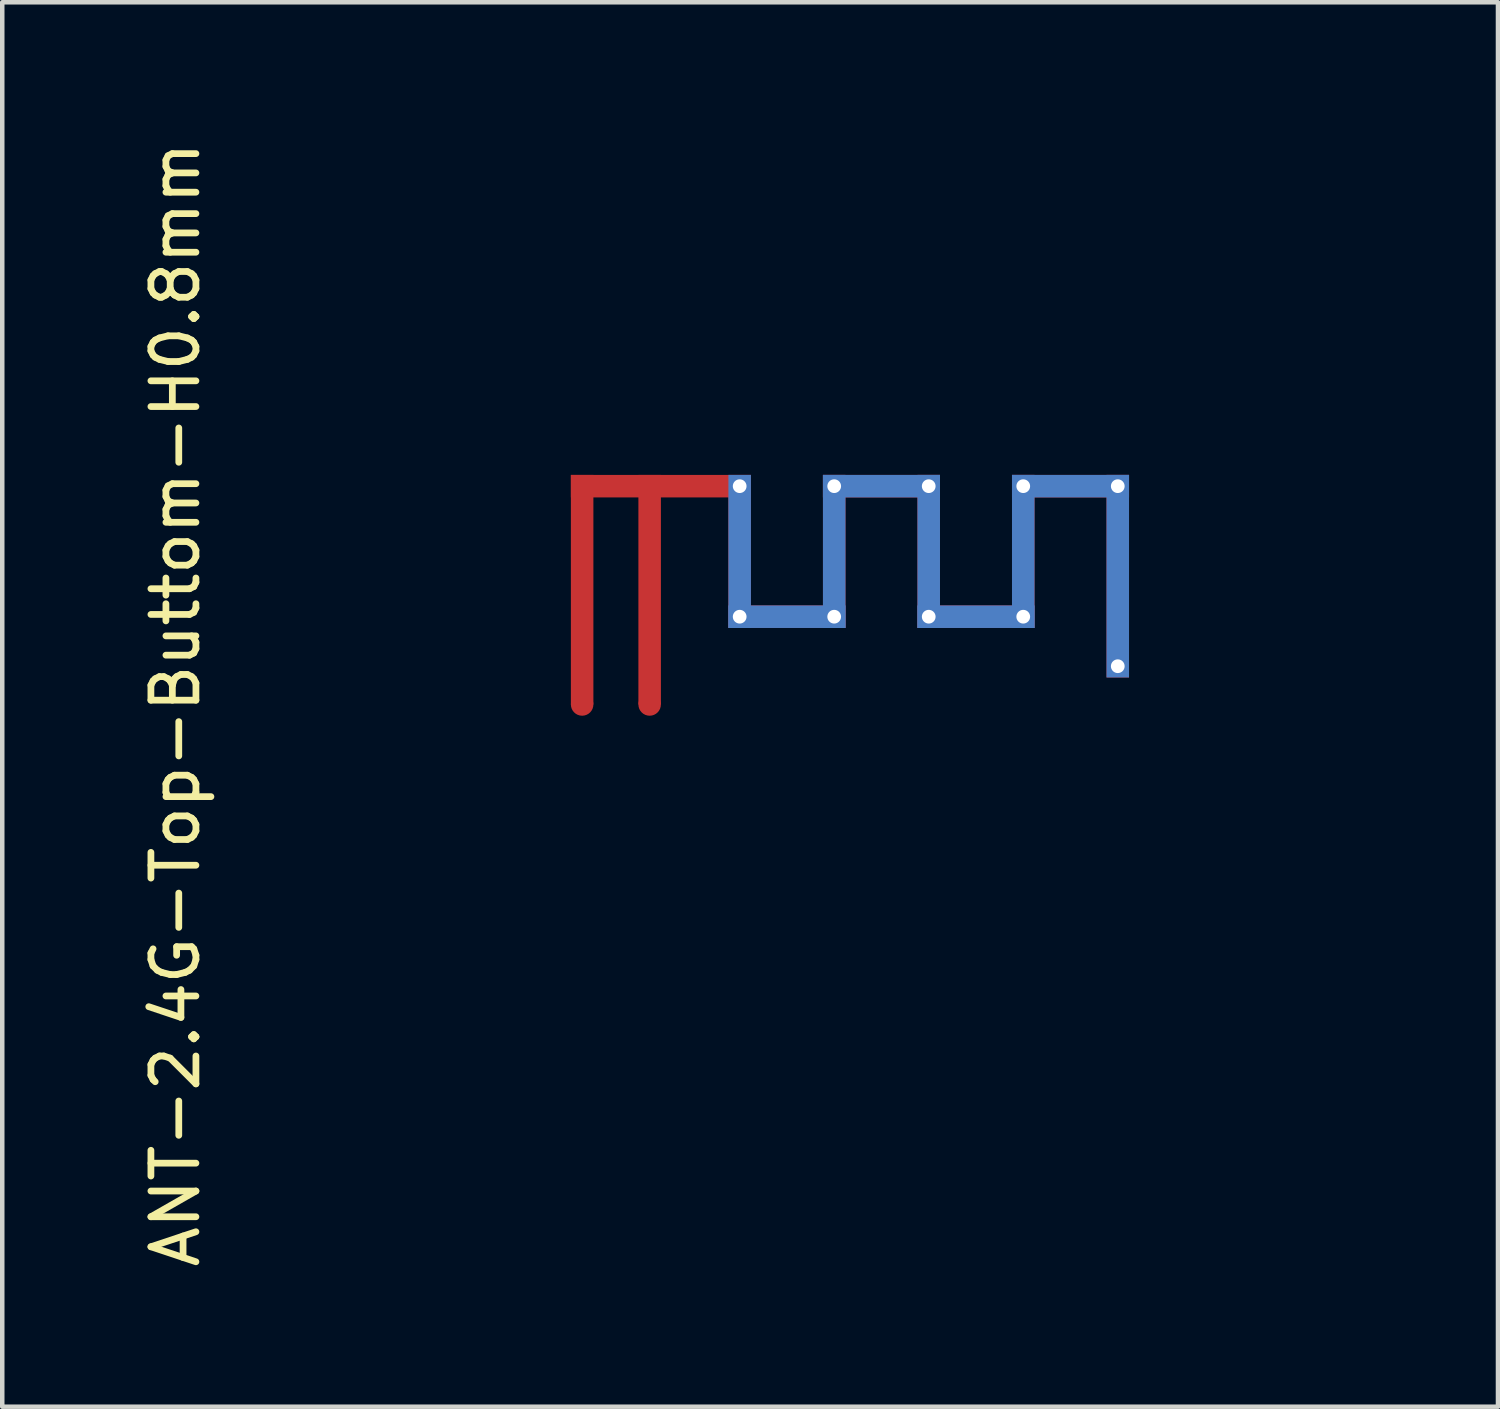
<source format=kicad_pcb>
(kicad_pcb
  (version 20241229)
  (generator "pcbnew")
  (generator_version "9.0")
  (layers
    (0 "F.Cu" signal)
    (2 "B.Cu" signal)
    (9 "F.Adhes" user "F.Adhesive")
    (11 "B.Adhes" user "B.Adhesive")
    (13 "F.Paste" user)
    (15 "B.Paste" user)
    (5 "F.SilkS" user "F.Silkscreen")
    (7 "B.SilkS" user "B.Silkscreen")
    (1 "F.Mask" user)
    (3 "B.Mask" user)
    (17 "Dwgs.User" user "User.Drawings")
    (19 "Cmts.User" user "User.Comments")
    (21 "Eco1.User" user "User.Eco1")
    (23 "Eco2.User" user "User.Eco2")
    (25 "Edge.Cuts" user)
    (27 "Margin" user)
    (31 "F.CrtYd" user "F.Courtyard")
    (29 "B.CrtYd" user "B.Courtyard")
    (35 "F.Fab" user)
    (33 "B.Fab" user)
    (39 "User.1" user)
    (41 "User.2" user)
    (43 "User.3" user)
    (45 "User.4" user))
  (footprint "ANT-2.4G-Top-Buttom-H0.8mm"
    (layer "F.Cu")
    (at 9.633 12.601)
    (property "Reference" "ANT-2.4G-Top-Buttom-H0.8mm" (at -8.785 0 90) (layer "F.SilkS") (effects (font (size 1 1) (thickness 0.15))))
    (attr smd)
    (dimension (type orthogonal) (layer "User.2") (pts (xy 19.433 7.501) (xy 19.933 10.901)) (height 4.67) (orientation 1) (format (prefix "") (suffix "") (units 3) (units_format 0) (precision 4) (suppress_zeroes yes)) (style (thickness 0.1) (arrow_length 1.27) (text_position_mode 0) (arrow_direction outward) (extension_height 0.586) (extension_offset 0.5) (keep_text_aligned yes)) (gr_text "3.4" (at 23.003 9.201 90) (layer "User.2") (effects (font (size 1 1) (thickness 0.1)))))
    (dimension (type orthogonal) (layer "User.2") (pts (xy 9.633 12.601) (xy 10.133 7.501)) (height -2.08) (orientation 1) (format (prefix "") (suffix "") (units 3) (units_format 0) (precision 4) (suppress_zeroes yes)) (style (thickness 0.1) (arrow_length 1.27) (text_position_mode 0) (arrow_direction outward) (extension_height 0.586) (extension_offset 0.5) (keep_text_aligned yes)) (gr_text "5.1" (at 6.453 10.051 90) (layer "User.2") (effects (font (size 1 1) (thickness 0.1)))))
    (dimension (type orthogonal) (layer "User.2") (pts (xy 9.633 7.501) (xy 13.633 7.501)) (height -4.89) (orientation 0) (format (prefix "") (suffix "") (units 3) (units_format 0) (precision 4) (suppress_zeroes yes)) (style (thickness 0.1) (arrow_length 1.27) (text_position_mode 0) (arrow_direction outward) (extension_height 0.586) (extension_offset 0.5) (keep_text_aligned yes)) (gr_text "4" (at 11.633 1.511 0) (layer "User.2") (effects (font (size 1 1) (thickness 0.1)))))
    (dimension (type orthogonal) (layer "User.2") (pts (xy 21.533 12.001) (xy 22.033 12.001)) (height 1.98) (orientation 0) (format (prefix "") (suffix "") (units 3) (units_format 0) (precision 4) (suppress_zeroes yes)) (style (thickness 0.1) (arrow_length 1.27) (text_position_mode 0) (arrow_direction inward) (extension_height 0.586) (extension_offset 0.5) (keep_text_aligned yes)) (gr_text "0.5" (at 21.783 12.881 0) (layer "User.2") (effects (font (size 1 1) (thickness 0.1)))))
    (dimension (type orthogonal) (layer "User.2") (pts (xy 19.433 7.501) (xy 22.033 7.501)) (height -1.54) (orientation 0) (format (prefix "") (suffix "") (units 3) (units_format 0) (precision 4) (suppress_zeroes yes)) (style (thickness 0.1) (arrow_length 1.27) (text_position_mode 0) (arrow_direction outward) (extension_height 0.586) (extension_offset 0.5) (keep_text_aligned yes)) (gr_text "2.6" (at 20.733 4.861 0) (layer "User.2") (effects (font (size 1 1) (thickness 0.1)))))
    (dimension (type orthogonal) (layer "User.2") (pts (xy 11.633 8.001) (xy 13.133 8.001)) (height -1.62) (orientation 0) (format (prefix "") (suffix "") (units 3) (units_format 0) (precision 4) (suppress_zeroes yes)) (style (thickness 0.1) (arrow_length 1.27) (text_position_mode 0) (arrow_direction outward) (extension_height 0.586) (extension_offset 0.5) (keep_text_aligned yes)) (gr_text "1.5" (at 12.383 5.281 0) (layer "User.2") (effects (font (size 1 1) (thickness 0.1)))))
    (dimension (type orthogonal) (layer "User.2") (pts (xy 10.133 8.001) (xy 11.133 8.001)) (height -1.53) (orientation 0) (format (prefix "") (suffix "") (units 3) (units_format 0) (precision 4) (suppress_zeroes yes)) (style (thickness 0.1) (arrow_length 1.27) (text_position_mode 0) (arrow_direction outward) (extension_height 0.586) (extension_offset 0.5) (keep_text_aligned yes)) (gr_text "1" (at 10.633 5.371 0) (layer "User.2") (effects (font (size 1 1) (thickness 0.1)))))
    (dimension (type orthogonal) (layer "User.2") (pts (xy 19.433 7.501) (xy 22.033 12.001)) (height 7.16) (orientation 1) (format (prefix "") (suffix "") (units 3) (units_format 0) (precision 4) (suppress_zeroes yes)) (style (thickness 0.1) (arrow_length 1.27) (text_position_mode 0) (arrow_direction outward) (extension_height 0.586) (extension_offset 0.5) (keep_text_aligned yes)) (gr_text "4.5" (at 25.493 9.751 90) (layer "User.2") (effects (font (size 1 1) (thickness 0.1)))))
    (pad "1" smd circle (at 1.75 0) (size 0.5 0.5) (property pad_prop_heatsink) (layers "F.Cu"))
    (pad "2" smd circle (at 0.25 0) (size 0.5 0.5) (property pad_prop_heatsink) (layers "F.Cu"))
    (pad "3" smd rect (at 0.25 -2.55) (size 0.5 5.1) (layers "F.Cu"))
    (pad "3" smd rect (at 1.75 -2.55) (size 0.5 5.1) (layers "F.Cu"))
    (pad "3" smd rect (at 2 -4.85) (size 4 0.5) (layers "F.Cu"))
    (pad "3" thru_hole circle (at 3.75 -4.85) (size 0.457 0.457) (drill 0.305) (property pad_prop_heatsink) (layers "*.Cu") (remove_unused_layers yes) (keep_end_layers yes) (zone_layer_connections))
    (pad "3" smd rect (at 3.75 -3.4) (size 0.5 3.4) (layers "F.Cu"))
    (pad "3" smd rect (at 3.75 -3.4) (size 0.5 3.4) (layers "B.Cu"))
    (pad "3" thru_hole circle (at 3.75 -1.95) (size 0.457 0.457) (drill 0.305) (property pad_prop_heatsink) (layers "*.Cu") (remove_unused_layers yes) (keep_end_layers yes) (zone_layer_connections))
    (pad "3" smd rect (at 4.8 -1.95) (size 2.6 0.5) (layers "F.Cu"))
    (pad "3" smd rect (at 4.8 -1.95) (size 2.6 0.5) (layers "B.Cu"))
    (pad "3" thru_hole circle (at 5.85 -4.85) (size 0.457 0.457) (drill 0.305) (property pad_prop_heatsink) (layers "*.Cu") (remove_unused_layers yes) (keep_end_layers yes) (zone_layer_connections))
    (pad "3" smd rect (at 5.85 -3.4) (size 0.5 3.4) (layers "F.Cu"))
    (pad "3" smd rect (at 5.85 -3.4) (size 0.5 3.4) (layers "B.Cu"))
    (pad "3" thru_hole circle (at 5.85 -1.95) (size 0.457 0.457) (drill 0.305) (property pad_prop_heatsink) (layers "*.Cu") (remove_unused_layers yes) (keep_end_layers yes) (zone_layer_connections))
    (pad "3" smd rect (at 6.9 -4.85) (size 2.6 0.5) (layers "F.Cu"))
    (pad "3" smd rect (at 6.9 -4.85) (size 2.6 0.5) (layers "B.Cu"))
    (pad "3" thru_hole circle (at 7.95 -4.85) (size 0.457 0.457) (drill 0.305) (property pad_prop_heatsink) (layers "*.Cu") (remove_unused_layers yes) (keep_end_layers yes) (zone_layer_connections))
    (pad "3" smd rect (at 7.95 -3.4) (size 0.5 3.4) (layers "F.Cu"))
    (pad "3" smd rect (at 7.95 -3.4) (size 0.5 3.4) (layers "B.Cu"))
    (pad "3" thru_hole circle (at 7.95 -1.95) (size 0.457 0.457) (drill 0.305) (property pad_prop_heatsink) (layers "*.Cu") (remove_unused_layers yes) (keep_end_layers yes) (zone_layer_connections))
    (pad "3" smd rect (at 9 -1.95) (size 2.6 0.5) (layers "F.Cu"))
    (pad "3" smd rect (at 9 -1.95) (size 2.6 0.5) (layers "B.Cu"))
    (pad "3" thru_hole circle (at 10.05 -4.85) (size 0.457 0.457) (drill 0.305) (property pad_prop_heatsink) (layers "*.Cu") (remove_unused_layers yes) (keep_end_layers yes) (zone_layer_connections))
    (pad "3" smd rect (at 10.05 -3.4) (size 0.5 3.4) (layers "F.Cu"))
    (pad "3" smd rect (at 10.05 -3.4) (size 0.5 3.4) (layers "B.Cu"))
    (pad "3" thru_hole circle (at 10.05 -1.95) (size 0.457 0.457) (drill 0.305) (property pad_prop_heatsink) (layers "*.Cu") (remove_unused_layers yes) (keep_end_layers yes) (zone_layer_connections))
    (pad "3" smd rect (at 11.1 -4.85) (size 2.6 0.5) (layers "F.Cu"))
    (pad "3" smd rect (at 11.1 -4.85) (size 2.6 0.5) (layers "B.Cu"))
    (pad "3" thru_hole circle (at 12.15 -4.85) (size 0.457 0.457) (drill 0.305) (property pad_prop_heatsink) (layers "*.Cu") (remove_unused_layers yes) (keep_end_layers yes) (zone_layer_connections))
    (pad "3" smd rect (at 12.15 -2.85) (size 0.5 4.5) (layers "F.Cu"))
    (pad "3" smd rect (at 12.15 -2.85) (size 0.5 4.5) (layers "B.Cu"))
    (pad "3" thru_hole circle (at 12.15 -0.85) (size 0.457 0.457) (drill 0.305) (property pad_prop_heatsink) (layers "*.Cu") (remove_unused_layers yes) (keep_end_layers yes) (zone_layer_connections))
    (zone (net_name "") (layers "F.Cu" "B.Cu") (hatch edge 0.5) (connect_pads) (min_thickness 0.25) (filled_areas_thickness no) (keepout (tracks not_allowed) (vias not_allowed) (pads allowed) (copperpour not_allowed) (footprints not_allowed)) (placement (enabled no)) (fill) (polygon (pts (xy 9.233 7.151) (xy 9.233 12.601) (xy 22.433 12.601) (xy 22.433 7.151))))
    (zone (net_name "") (layers "F.Cu" "B.Cu") (hatch edge 0.5) (connect_pads) (min_thickness 0.25) (filled_areas_thickness no) (keepout (tracks allowed) (vias not_allowed) (pads allowed) (copperpour not_allowed) (footprints not_allowed)) (placement (enabled no)) (fill) (polygon (pts (xy 9.233 7.151) (xy 9.233 12.851) (xy 22.433 12.851) (xy 22.433 7.151)))))
  (gr_rect
    (start -3 -3)
    (end 30.23 28.202)
    (stroke (width 0.1) (type default))
    (fill no)
    (layer "Edge.Cuts")))
</source>
